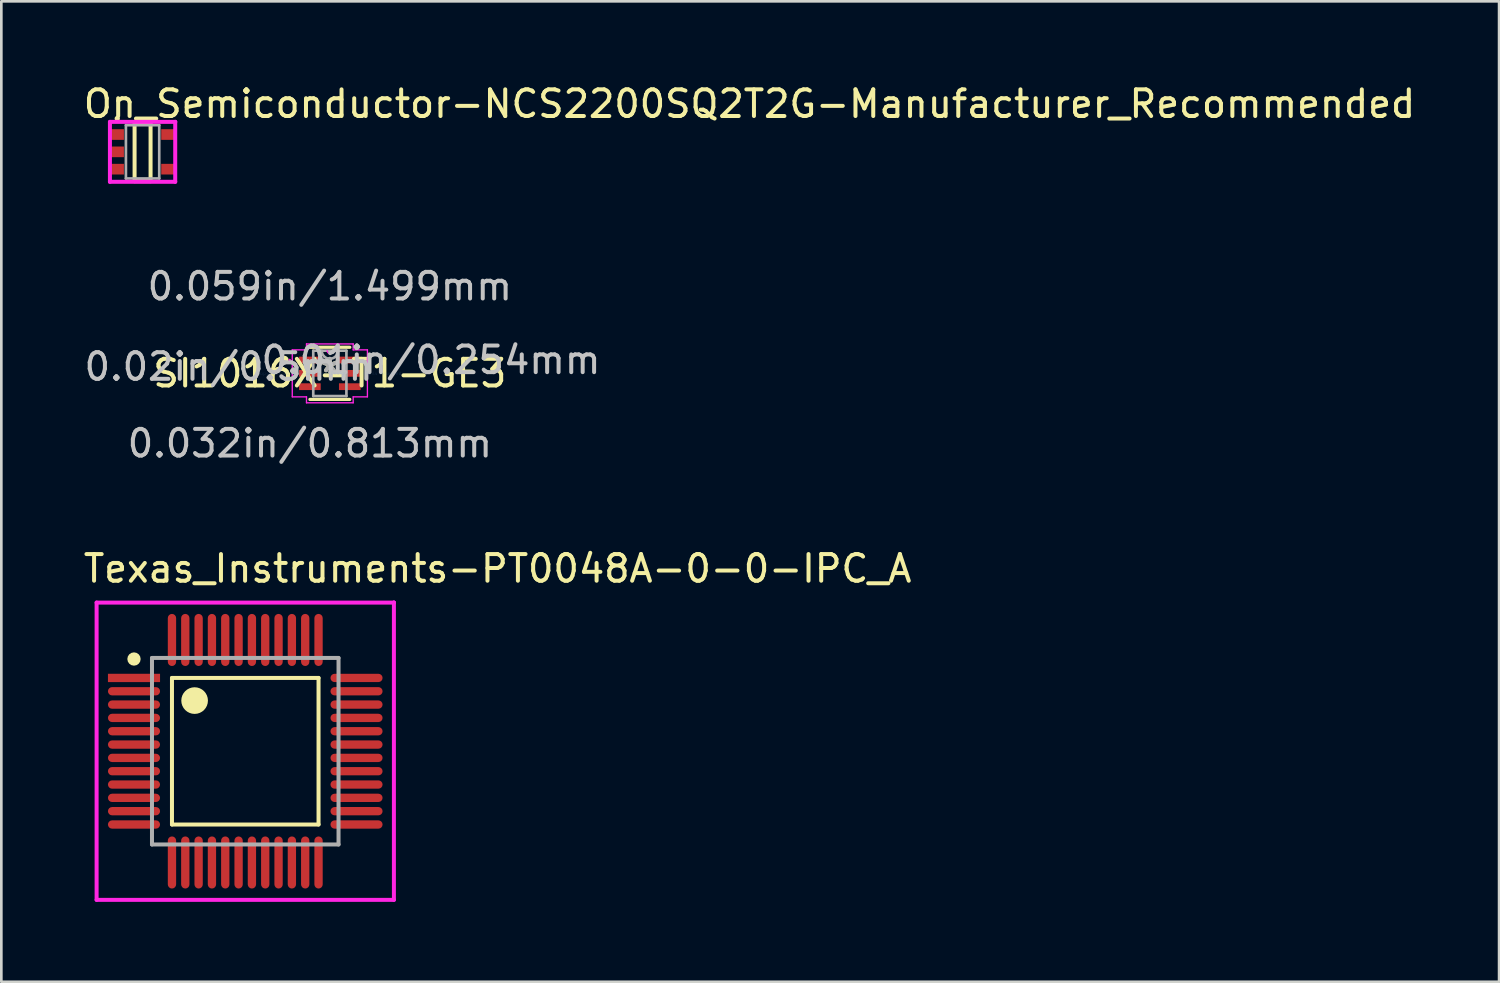
<source format=kicad_pcb>
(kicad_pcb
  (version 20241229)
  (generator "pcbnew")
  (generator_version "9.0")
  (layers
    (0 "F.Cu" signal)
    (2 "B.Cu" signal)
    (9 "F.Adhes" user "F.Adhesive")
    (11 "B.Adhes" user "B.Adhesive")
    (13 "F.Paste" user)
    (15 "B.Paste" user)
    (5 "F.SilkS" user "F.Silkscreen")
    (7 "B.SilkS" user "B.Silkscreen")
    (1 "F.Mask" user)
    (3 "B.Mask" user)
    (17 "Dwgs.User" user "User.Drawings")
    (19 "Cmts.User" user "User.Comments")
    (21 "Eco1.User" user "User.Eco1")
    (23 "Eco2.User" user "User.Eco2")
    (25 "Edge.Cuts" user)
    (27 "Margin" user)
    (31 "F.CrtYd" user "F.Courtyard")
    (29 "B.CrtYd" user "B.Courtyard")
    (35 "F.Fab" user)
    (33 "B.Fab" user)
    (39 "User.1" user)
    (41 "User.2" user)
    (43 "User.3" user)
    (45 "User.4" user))
  (footprint "On_Semiconductor-NCS2200SQ2T2G-Manufacturer_Recommended"
    (layer "F.Cu")
    (at 2.3 2.648)
    (property "Reference" "On_Semiconductor-NCS2200SQ2T2G-Manufacturer_Recommended" (at -2.3 -1.8 0) (layer "F.SilkS") (effects (font (size 1 1) (thickness 0.15)) (justify left)))
    (attr through_hole)
    (fp_line (start -0.3 -1.1) (end 0.3 -1.1) (stroke (width 0.15) (type solid)) (layer "F.SilkS"))
    (fp_line (start -0.3 1.1) (end -0.3 -1.1) (stroke (width 0.15) (type solid)) (layer "F.SilkS"))
    (fp_line (start -0.3 1.1) (end 0.3 1.1) (stroke (width 0.15) (type solid)) (layer "F.SilkS"))
    (fp_line (start 0.3 1.1) (end 0.3 -1.1) (stroke (width 0.15) (type solid)) (layer "F.SilkS"))
    (fp_circle (center -0.95 -1.25) (end -0.9 -1.25) (stroke (width 0.1) (type solid)) (fill no) (layer "F.SilkS"))
    (fp_line (start -1.225 -1.125) (end -1.225 1.125) (stroke (width 0.15) (type solid)) (layer "F.CrtYd"))
    (fp_line (start -1.225 1.125) (end 1.225 1.125) (stroke (width 0.15) (type solid)) (layer "F.CrtYd"))
    (fp_line (start 1.225 -1.125) (end -1.225 -1.125) (stroke (width 0.15) (type solid)) (layer "F.CrtYd"))
    (fp_line (start 1.225 -1.125) (end 1.225 -1.125) (stroke (width 0.15) (type solid)) (layer "F.CrtYd"))
    (fp_line (start 1.225 1.125) (end 1.225 -1.125) (stroke (width 0.15) (type solid)) (layer "F.CrtYd"))
    (fp_line (start -0.625 -1) (end 0.625 -1) (stroke (width 0.1) (type solid)) (layer "F.Fab"))
    (fp_line (start -0.625 1) (end -0.625 -1) (stroke (width 0.1) (type solid)) (layer "F.Fab"))
    (fp_line (start -0.625 1) (end 0.625 1) (stroke (width 0.1) (type solid)) (layer "F.Fab"))
    (fp_line (start 0.625 1) (end 0.625 -1) (stroke (width 0.1) (type solid)) (layer "F.Fab"))
    (pad "1" smd rect (at -0.95 -0.65 270) (size 0.4 0.5) (layers "F.Cu" "F.Mask" "F.Paste"))
    (pad "2" smd rect (at -0.95 -0.000001 270) (size 0.4 0.5) (layers "F.Cu" "F.Mask" "F.Paste"))
    (pad "3" smd rect (at -0.95 0.65 270) (size 0.4 0.5) (layers "F.Cu" "F.Mask" "F.Paste"))
    (pad "4" smd rect (at 0.95 0.65 270) (size 0.4 0.5) (layers "F.Cu" "F.Mask" "F.Paste"))
    (pad "5" smd rect (at 0.95 -0.65 270) (size 0.4 0.5) (layers "F.Cu" "F.Mask" "F.Paste")))
  (footprint "SI1016X-T1-GE3"
    (layer "F.Cu")
    (at 9.327 10.96)
    (property "Reference" "SI1016X-T1-GE3" (at 0 0 0) (layer "F.SilkS") (effects (font (size 1 1) (thickness 0.15))))
    (attr through_hole)
    (fp_line (start -0.749 0.978) (end 0.749 0.978) (stroke (width 0.12) (type solid)) (layer "F.SilkS"))
    (fp_line (start 0.749 -0.978) (end -0.749 -0.978) (stroke (width 0.12) (type solid)) (layer "F.SilkS"))
    (fp_circle (center -1.707 -0.5) (end -1.605 -0.5) (stroke (width 0.12) (type solid)) (fill no) (layer "F.SilkS"))
    (fp_line (start -1.41 -0.881) (end -0.876 -0.881) (stroke (width 0.05) (type solid)) (layer "F.CrtYd"))
    (fp_line (start -1.41 0.881) (end -1.41 -0.881) (stroke (width 0.05) (type solid)) (layer "F.CrtYd"))
    (fp_line (start -0.876 -1.105) (end 0.876 -1.105) (stroke (width 0.05) (type solid)) (layer "F.CrtYd"))
    (fp_line (start -0.876 -0.881) (end -0.876 -1.105) (stroke (width 0.05) (type solid)) (layer "F.CrtYd"))
    (fp_line (start -0.876 0.881) (end -1.41 0.881) (stroke (width 0.05) (type solid)) (layer "F.CrtYd"))
    (fp_line (start -0.876 1.105) (end -0.876 0.881) (stroke (width 0.05) (type solid)) (layer "F.CrtYd"))
    (fp_line (start 0.876 -1.105) (end 0.876 -0.881) (stroke (width 0.05) (type solid)) (layer "F.CrtYd"))
    (fp_line (start 0.876 -0.881) (end 1.41 -0.881) (stroke (width 0.05) (type solid)) (layer "F.CrtYd"))
    (fp_line (start 0.876 0.881) (end 0.876 1.105) (stroke (width 0.05) (type solid)) (layer "F.CrtYd"))
    (fp_line (start 0.876 1.105) (end -0.876 1.105) (stroke (width 0.05) (type solid)) (layer "F.CrtYd"))
    (fp_line (start 1.41 -0.881) (end 1.41 0.881) (stroke (width 0.05) (type solid)) (layer "F.CrtYd"))
    (fp_line (start 1.41 0.881) (end 0.876 0.881) (stroke (width 0.05) (type solid)) (layer "F.CrtYd"))
    (fp_arc (start 0.103717 -0.8509) (mid 0 -0.747183) (end -0.103717 -0.8509) (stroke (width 0.05) (type solid)) (layer "F.CrtYd"))
    (fp_circle (center -1.507 -0.5) (end -1.507 -0.5) (stroke (width 0.05) (type solid)) (fill no) (layer "F.CrtYd"))
    (fp_line (start -0.622 -0.851) (end -0.622 0.851) (stroke (width 0.1) (type solid)) (layer "F.Fab"))
    (fp_line (start -0.622 0.851) (end 0.622 0.851) (stroke (width 0.1) (type solid)) (layer "F.Fab"))
    (fp_line (start 0.622 -0.851) (end -0.622 -0.851) (stroke (width 0.1) (type solid)) (layer "F.Fab"))
    (fp_line (start 0.622 0.851) (end 0.622 -0.851) (stroke (width 0.1) (type solid)) (layer "F.Fab"))
    (fp_arc (start 0.3048 -0.8509) (mid 0 -0.5461) (end -0.3048 -0.8509) (stroke (width 0.1) (type solid)) (layer "F.Fab"))
    (fp_circle (center -0.343 -0.5) (end -0.267 -0.5) (stroke (width 0.1) (type solid)) (fill no) (layer "F.Fab"))
    (fp_text user "*" (at 0 0 0) (layer "F.SilkS") (effects (font (size 1 1) (thickness 0.15))))
    (fp_text user "0.02in/0.5mm" (at -3.797 -0.25 0) (layer "Dwgs.User") (effects (font (size 1 1) (thickness 0.15))))
    (fp_text user "0.032in/0.813mm" (at -0.749 2.629 0) (layer "Dwgs.User") (effects (font (size 1 1) (thickness 0.15))))
    (fp_text user "0.059in/1.499mm" (at 0 -3.264 0) (layer "Dwgs.User") (effects (font (size 1 1) (thickness 0.15))))
    (fp_text user "0.01in/0.254mm" (at 3.797 -0.5 0) (layer "Dwgs.User") (effects (font (size 1 1) (thickness 0.15))))
    (fp_text user "Copyright 2021 Accelerated Designs. All rights reserved." (at 0 0 0) (layer "Cmts.User") (effects (font (size 0.127 0.127) (thickness 0.002))))
    (fp_text user "*" (at 0 0 0) (layer "F.Fab") (effects (font (size 1 1) (thickness 0.15))))
    (pad "1" smd rect (at -0.749 -0.5) (size 0.813 0.254) (layers "F.Cu" "F.Mask" "F.Paste"))
    (pad "2" smd rect (at -0.749 0) (size 0.813 0.254) (layers "F.Cu" "F.Mask" "F.Paste"))
    (pad "3" smd rect (at -0.749 0.5) (size 0.813 0.254) (layers "F.Cu" "F.Mask" "F.Paste"))
    (pad "4" smd rect (at 0.749 0.5) (size 0.813 0.254) (layers "F.Cu" "F.Mask" "F.Paste"))
    (pad "5" smd rect (at 0.749 0) (size 0.813 0.254) (layers "F.Cu" "F.Mask" "F.Paste"))
    (pad "6" smd rect (at 0.749 -0.5) (size 0.813 0.254) (layers "F.Cu" "F.Mask" "F.Paste")))
  (footprint "Texas_Instruments-PT0048A-0-0-IPC_A"
    (layer "F.Cu")
    (at 6.153 25.139)
    (property "Reference" "Texas_Instruments-PT0048A-0-0-IPC_A" (at -6.153 -6.853 0) (layer "F.SilkS") (effects (font (size 1 1) (thickness 0.15)) (justify left)))
    (attr through_hole)
    (fp_line (start -2.75 -2.75) (end 2.75 -2.75) (stroke (width 0.15) (type solid)) (layer "F.SilkS"))
    (fp_line (start -2.75 2.75) (end -2.75 -2.75) (stroke (width 0.15) (type solid)) (layer "F.SilkS"))
    (fp_line (start 2.75 -2.75) (end 2.75 2.75) (stroke (width 0.15) (type solid)) (layer "F.SilkS"))
    (fp_line (start 2.75 2.75) (end -2.75 2.75) (stroke (width 0.15) (type solid)) (layer "F.SilkS"))
    (fp_circle (center -4.175 -3.46) (end -4.05 -3.46) (stroke (width 0.25) (type solid)) (fill no) (layer "F.SilkS"))
    (fp_circle (center -1.9 -1.9) (end -1.65 -1.9) (stroke (width 0.5) (type solid)) (fill no) (layer "F.SilkS"))
    (fp_line (start -5.578 -5.578) (end -5.578 5.578) (stroke (width 0.15) (type solid)) (layer "F.CrtYd"))
    (fp_line (start -5.578 5.578) (end 5.578 5.578) (stroke (width 0.15) (type solid)) (layer "F.CrtYd"))
    (fp_line (start 5.578 -5.578) (end -5.578 -5.578) (stroke (width 0.15) (type solid)) (layer "F.CrtYd"))
    (fp_line (start 5.578 -5.578) (end 5.578 -5.578) (stroke (width 0.15) (type solid)) (layer "F.CrtYd"))
    (fp_line (start 5.578 5.578) (end 5.578 -5.578) (stroke (width 0.15) (type solid)) (layer "F.CrtYd"))
    (fp_line (start -3.5 -3.5) (end 3.5 -3.5) (stroke (width 0.15) (type solid)) (layer "F.Fab"))
    (fp_line (start -3.5 3.5) (end -3.5 -3.5) (stroke (width 0.15) (type solid)) (layer "F.Fab"))
    (fp_line (start 3.5 -3.5) (end 3.5 3.5) (stroke (width 0.15) (type solid)) (layer "F.Fab"))
    (fp_line (start 3.5 3.5) (end -3.5 3.5) (stroke (width 0.15) (type solid)) (layer "F.Fab"))
    (pad "1" smd rect (at -4.175 -2.75) (size 1.955 0.312) (layers "F.Cu" "F.Mask" "F.Paste"))
    (pad "2" smd roundrect (at -4.175 -2.25) (size 1.955 0.312) (layers "F.Cu" "F.Mask" "F.Paste") (roundrect_rratio 0.5))
    (pad "3" smd roundrect (at -4.175 -1.75) (size 1.955 0.312) (layers "F.Cu" "F.Mask" "F.Paste") (roundrect_rratio 0.5))
    (pad "4" smd roundrect (at -4.175 -1.25) (size 1.955 0.312) (layers "F.Cu" "F.Mask" "F.Paste") (roundrect_rratio 0.5))
    (pad "5" smd roundrect (at -4.175 -0.75) (size 1.955 0.312) (layers "F.Cu" "F.Mask" "F.Paste") (roundrect_rratio 0.5))
    (pad "6" smd roundrect (at -4.175 -0.25) (size 1.955 0.312) (layers "F.Cu" "F.Mask" "F.Paste") (roundrect_rratio 0.5))
    (pad "7" smd roundrect (at -4.175 0.25) (size 1.955 0.312) (layers "F.Cu" "F.Mask" "F.Paste") (roundrect_rratio 0.5))
    (pad "8" smd roundrect (at -4.175 0.75) (size 1.955 0.312) (layers "F.Cu" "F.Mask" "F.Paste") (roundrect_rratio 0.5))
    (pad "9" smd roundrect (at -4.175 1.25) (size 1.955 0.312) (layers "F.Cu" "F.Mask" "F.Paste") (roundrect_rratio 0.5))
    (pad "10" smd roundrect (at -4.175 1.75) (size 1.955 0.312) (layers "F.Cu" "F.Mask" "F.Paste") (roundrect_rratio 0.5))
    (pad "11" smd roundrect (at -4.175 2.25) (size 1.955 0.312) (layers "F.Cu" "F.Mask" "F.Paste") (roundrect_rratio 0.5))
    (pad "12" smd roundrect (at -4.175 2.75) (size 1.955 0.312) (layers "F.Cu" "F.Mask" "F.Paste") (roundrect_rratio 0.5))
    (pad "13" smd roundrect (at -2.75 4.175) (size 0.312 1.955) (layers "F.Cu" "F.Mask" "F.Paste") (roundrect_rratio 0.5))
    (pad "14" smd roundrect (at -2.25 4.175) (size 0.312 1.955) (layers "F.Cu" "F.Mask" "F.Paste") (roundrect_rratio 0.5))
    (pad "15" smd roundrect (at -1.75 4.175) (size 0.312 1.955) (layers "F.Cu" "F.Mask" "F.Paste") (roundrect_rratio 0.5))
    (pad "16" smd roundrect (at -1.25 4.175) (size 0.312 1.955) (layers "F.Cu" "F.Mask" "F.Paste") (roundrect_rratio 0.5))
    (pad "17" smd roundrect (at -0.75 4.175) (size 0.312 1.955) (layers "F.Cu" "F.Mask" "F.Paste") (roundrect_rratio 0.5))
    (pad "18" smd roundrect (at -0.25 4.175) (size 0.312 1.955) (layers "F.Cu" "F.Mask" "F.Paste") (roundrect_rratio 0.5))
    (pad "19" smd roundrect (at 0.25 4.175) (size 0.312 1.955) (layers "F.Cu" "F.Mask" "F.Paste") (roundrect_rratio 0.5))
    (pad "20" smd roundrect (at 0.75 4.175) (size 0.312 1.955) (layers "F.Cu" "F.Mask" "F.Paste") (roundrect_rratio 0.5))
    (pad "21" smd roundrect (at 1.25 4.175) (size 0.312 1.955) (layers "F.Cu" "F.Mask" "F.Paste") (roundrect_rratio 0.5))
    (pad "22" smd roundrect (at 1.75 4.175) (size 0.312 1.955) (layers "F.Cu" "F.Mask" "F.Paste") (roundrect_rratio 0.5))
    (pad "23" smd roundrect (at 2.25 4.175) (size 0.312 1.955) (layers "F.Cu" "F.Mask" "F.Paste") (roundrect_rratio 0.5))
    (pad "24" smd roundrect (at 2.75 4.175) (size 0.312 1.955) (layers "F.Cu" "F.Mask" "F.Paste") (roundrect_rratio 0.5))
    (pad "25" smd roundrect (at 4.175 2.75) (size 1.955 0.312) (layers "F.Cu" "F.Mask" "F.Paste") (roundrect_rratio 0.5))
    (pad "26" smd roundrect (at 4.175 2.25) (size 1.955 0.312) (layers "F.Cu" "F.Mask" "F.Paste") (roundrect_rratio 0.5))
    (pad "27" smd roundrect (at 4.175 1.75) (size 1.955 0.312) (layers "F.Cu" "F.Mask" "F.Paste") (roundrect_rratio 0.5))
    (pad "28" smd roundrect (at 4.175 1.25) (size 1.955 0.312) (layers "F.Cu" "F.Mask" "F.Paste") (roundrect_rratio 0.5))
    (pad "29" smd roundrect (at 4.175 0.75) (size 1.955 0.312) (layers "F.Cu" "F.Mask" "F.Paste") (roundrect_rratio 0.5))
    (pad "30" smd roundrect (at 4.175 0.25) (size 1.955 0.312) (layers "F.Cu" "F.Mask" "F.Paste") (roundrect_rratio 0.5))
    (pad "31" smd roundrect (at 4.175 -0.25) (size 1.955 0.312) (layers "F.Cu" "F.Mask" "F.Paste") (roundrect_rratio 0.5))
    (pad "32" smd roundrect (at 4.175 -0.75) (size 1.955 0.312) (layers "F.Cu" "F.Mask" "F.Paste") (roundrect_rratio 0.5))
    (pad "33" smd roundrect (at 4.175 -1.25) (size 1.955 0.312) (layers "F.Cu" "F.Mask" "F.Paste") (roundrect_rratio 0.5))
    (pad "34" smd roundrect (at 4.175 -1.75) (size 1.955 0.312) (layers "F.Cu" "F.Mask" "F.Paste") (roundrect_rratio 0.5))
    (pad "35" smd roundrect (at 4.175 -2.25) (size 1.955 0.312) (layers "F.Cu" "F.Mask" "F.Paste") (roundrect_rratio 0.5))
    (pad "36" smd roundrect (at 4.175 -2.75) (size 1.955 0.312) (layers "F.Cu" "F.Mask" "F.Paste") (roundrect_rratio 0.5))
    (pad "37" smd roundrect (at 2.75 -4.175) (size 0.312 1.955) (layers "F.Cu" "F.Mask" "F.Paste") (roundrect_rratio 0.5))
    (pad "38" smd roundrect (at 2.25 -4.175) (size 0.312 1.955) (layers "F.Cu" "F.Mask" "F.Paste") (roundrect_rratio 0.5))
    (pad "39" smd roundrect (at 1.75 -4.175) (size 0.312 1.955) (layers "F.Cu" "F.Mask" "F.Paste") (roundrect_rratio 0.5))
    (pad "40" smd roundrect (at 1.25 -4.175) (size 0.312 1.955) (layers "F.Cu" "F.Mask" "F.Paste") (roundrect_rratio 0.5))
    (pad "41" smd roundrect (at 0.75 -4.175) (size 0.312 1.955) (layers "F.Cu" "F.Mask" "F.Paste") (roundrect_rratio 0.5))
    (pad "42" smd roundrect (at 0.25 -4.175) (size 0.312 1.955) (layers "F.Cu" "F.Mask" "F.Paste") (roundrect_rratio 0.5))
    (pad "43" smd roundrect (at -0.25 -4.175) (size 0.312 1.955) (layers "F.Cu" "F.Mask" "F.Paste") (roundrect_rratio 0.5))
    (pad "44" smd roundrect (at -0.75 -4.175) (size 0.312 1.955) (layers "F.Cu" "F.Mask" "F.Paste") (roundrect_rratio 0.5))
    (pad "45" smd roundrect (at -1.25 -4.175) (size 0.312 1.955) (layers "F.Cu" "F.Mask" "F.Paste") (roundrect_rratio 0.5))
    (pad "46" smd roundrect (at -1.75 -4.175) (size 0.312 1.955) (layers "F.Cu" "F.Mask" "F.Paste") (roundrect_rratio 0.5))
    (pad "47" smd roundrect (at -2.25 -4.175) (size 0.312 1.955) (layers "F.Cu" "F.Mask" "F.Paste") (roundrect_rratio 0.5))
    (pad "48" smd roundrect (at -2.75 -4.175) (size 0.312 1.955) (layers "F.Cu" "F.Mask" "F.Paste") (roundrect_rratio 0.5)))
  (gr_rect
    (start -3 -3)
    (end 53.202 33.792)
    (stroke (width 0.1) (type default))
    (fill no)
    (layer "Edge.Cuts")))
</source>
